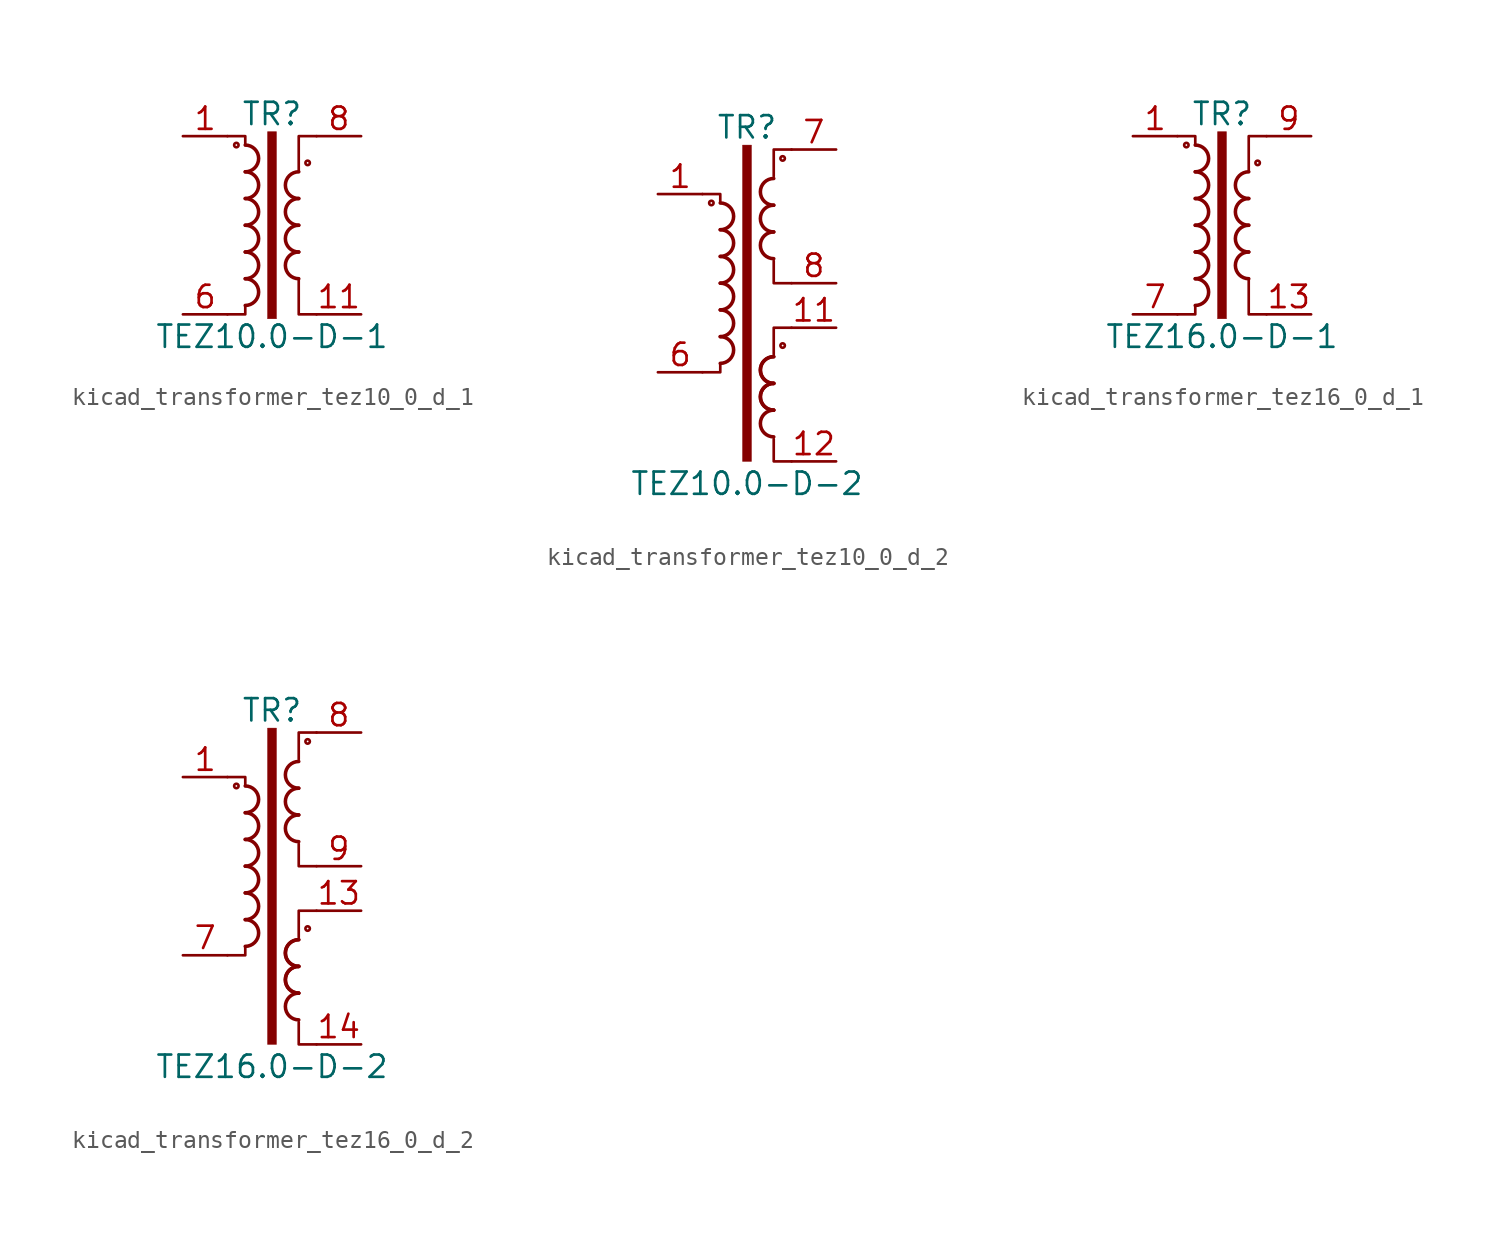
<source format=kicad_sym>
(kicad_symbol_lib
  (version 20220914)
  (generator kicad_symbol_editor)
  (symbol "kicad_transformer_tez10_0_d_1"
    (pin_names
      (offset 0.025))
    (property "Reference" "TR"
      (at 0 6.35 0)
      (effects (font (size 1.27 1.27))))
    (property "Value" "TEZ10.0-D-1"
      (at 0 -6.35 0)
      (effects (font (size 1.27 1.27))))
    (symbol "kicad_transformer_tez10_0_d_1_0_1"
      (circle (center -2.032 4.572) (radius 0.127) (stroke (width 0) (type default)) (fill (type none)))
      (arc (start -1.524 -4.572) (mid -0.7653 -3.81) (end -1.524 -3.048) (stroke (width 0.2032) (type default)) (fill (type none)))
      (arc (start -1.524 -3.048) (mid -0.7653 -2.286) (end -1.524 -1.524) (stroke (width 0.2032) (type default)) (fill (type none)))
      (arc (start -1.524 -1.524) (mid -0.7653 -0.762) (end -1.524 0) (stroke (width 0.2032) (type default)) (fill (type none)))
      (arc (start -1.524 0) (mid -0.7653 0.762) (end -1.524 1.524) (stroke (width 0.2032) (type default)) (fill (type none)))
      (arc (start -1.524 1.524) (mid -0.7653 2.286) (end -1.524 3.048) (stroke (width 0.2032) (type default)) (fill (type none)))
      (arc (start -1.524 3.048) (mid -0.7653 3.81) (end -1.524 4.572) (stroke (width 0.2032) (type default)) (fill (type none)))
      (rectangle (start -0.254 5.334) (end 0.254 -5.334) (stroke (width 0.025) (type default)) (fill (type outline)))
      (polyline (pts (xy -1.524 -4.572) (xy -1.524 -5.08) (xy -2.54 -5.08)) (stroke (width 0) (type default)) (fill (type none)))
      (polyline (pts (xy -1.524 4.572) (xy -1.524 5.08) (xy -2.54 5.08)) (stroke (width 0) (type default)) (fill (type none)))
      (polyline (pts (xy 1.524 3.048) (xy 1.524 5.08) (xy 2.54 5.08) (xy 2.54 5.08)) (stroke (width 0.152) (type default)) (fill (type none)))
      (polyline (pts (xy 2.54 -5.08) (xy 1.524 -5.08) (xy 1.524 -3.048) (xy 1.524 -3.048)) (stroke (width 0.152) (type default)) (fill (type none)))
      (arc (start 1.524 -1.524) (mid 0.7653 -2.286) (end 1.524 -3.048) (stroke (width 0.2032) (type default)) (fill (type none)))
      (arc (start 1.524 0) (mid 0.7653 -0.762) (end 1.524 -1.524) (stroke (width 0.2032) (type default)) (fill (type none)))
      (arc (start 1.524 1.524) (mid 0.7653 0.762) (end 1.524 0) (stroke (width 0.2032) (type default)) (fill (type none)))
      (arc (start 1.524 3.048) (mid 0.7653 2.286) (end 1.524 1.524) (stroke (width 0.2032) (type default)) (fill (type none)))
      (circle (center 2.032 3.556) (radius 0.127) (stroke (width 0) (type default)) (fill (type none))))
    (symbol "kicad_transformer_tez10_0_d_1_1_1"
      (pin passive line (at -5.08 5.08 0) (length 2.54) (name "~" (effects (font (size 1.27 1.27)))) (number "1" (effects (font (size 1.27 1.27)))))
      (pin passive line (at 5.08 -5.08 180) (length 2.54) (name "~" (effects (font (size 1.27 1.27)))) (number "11" (effects (font (size 1.27 1.27)))))
      (pin passive line (at -5.08 -5.08 0) (length 2.54) (name "~" (effects (font (size 1.27 1.27)))) (number "6" (effects (font (size 1.27 1.27)))))
      (pin passive line (at 5.08 5.08 180) (length 2.54) (name "~" (effects (font (size 1.27 1.27)))) (number "8" (effects (font (size 1.27 1.27)))))))
  (symbol "kicad_transformer_tez10_0_d_2"
    (pin_names
      (offset 0.025))
    (property "Reference" "TR"
      (at 0 8.89 0)
      (effects (font (size 1.27 1.27))))
    (property "Value" "TEZ10.0-D-2"
      (at 0 -11.43 0)
      (effects (font (size 1.27 1.27))))
    (symbol "kicad_transformer_tez10_0_d_2_0_1"
      (circle (center -2.032 4.572) (radius 0.127) (stroke (width 0) (type default)) (fill (type none)))
      (arc (start -1.524 -4.572) (mid -0.7653 -3.81) (end -1.524 -3.048) (stroke (width 0.2032) (type default)) (fill (type none)))
      (arc (start -1.524 -3.048) (mid -0.7653 -2.286) (end -1.524 -1.524) (stroke (width 0.2032) (type default)) (fill (type none)))
      (arc (start -1.524 -1.524) (mid -0.7653 -0.762) (end -1.524 0) (stroke (width 0.2032) (type default)) (fill (type none)))
      (arc (start -1.524 0) (mid -0.7653 0.762) (end -1.524 1.524) (stroke (width 0.2032) (type default)) (fill (type none)))
      (arc (start -1.524 1.524) (mid -0.7653 2.286) (end -1.524 3.048) (stroke (width 0.2032) (type default)) (fill (type none)))
      (arc (start -1.524 3.048) (mid -0.7653 3.81) (end -1.524 4.572) (stroke (width 0.2032) (type default)) (fill (type none)))
      (rectangle (start -0.254 7.874) (end 0.254 -10.16) (stroke (width 0.025) (type default)) (fill (type outline)))
      (polyline (pts (xy -1.524 -4.572) (xy -1.524 -5.08) (xy -2.54 -5.08)) (stroke (width 0) (type default)) (fill (type none)))
      (polyline (pts (xy -1.524 4.572) (xy -1.524 5.08) (xy -2.54 5.08)) (stroke (width 0) (type default)) (fill (type none)))
      (polyline (pts (xy 1.524 -8.89) (xy 1.524 -10.16) (xy 2.54 -10.16)) (stroke (width 0) (type default)) (fill (type none)))
      (polyline (pts (xy 2.54 -2.54) (xy 1.524 -2.54) (xy 1.524 -4.064)) (stroke (width 0) (type default)) (fill (type none)))
      (polyline (pts (xy 2.54 0) (xy 1.524 0) (xy 1.524 1.27)) (stroke (width 0) (type default)) (fill (type none)))
      (polyline (pts (xy 2.54 7.62) (xy 1.524 7.62) (xy 1.524 6.096)) (stroke (width 0) (type default)) (fill (type none)))
      (arc (start 1.524 -7.239) (mid 0.7653 -8.001) (end 1.524 -8.763) (stroke (width 0.2032) (type default)) (fill (type none)))
      (arc (start 1.524 -5.715) (mid 0.7653 -6.477) (end 1.524 -7.239) (stroke (width 0.2032) (type default)) (fill (type none)))
      (arc (start 1.524 -5.715) (mid 0.7653 -6.477) (end 1.524 -7.239) (stroke (width 0.2032) (type default)) (fill (type none)))
      (arc (start 1.524 -4.191) (mid 0.7653 -4.953) (end 1.524 -5.715) (stroke (width 0.2032) (type default)) (fill (type none)))
      (arc (start 1.524 -4.191) (mid 0.7653 -4.953) (end 1.524 -5.715) (stroke (width 0.2032) (type default)) (fill (type none)))
      (arc (start 1.524 2.921) (mid 0.7653 2.159) (end 1.524 1.397) (stroke (width 0.2032) (type default)) (fill (type none)))
      (arc (start 1.524 4.445) (mid 0.7653 3.683) (end 1.524 2.921) (stroke (width 0.2032) (type default)) (fill (type none)))
      (arc (start 1.524 5.969) (mid 0.7653 5.207) (end 1.524 4.445) (stroke (width 0.2032) (type default)) (fill (type none)))
      (circle (center 2.032 -3.556) (radius 0.127) (stroke (width 0) (type default)) (fill (type none)))
      (circle (center 2.032 7.112) (radius 0.127) (stroke (width 0) (type default)) (fill (type none))))
    (symbol "kicad_transformer_tez10_0_d_2_1_1"
      (pin passive line (at -5.08 5.08 0) (length 2.54) (name "~" (effects (font (size 1.27 1.27)))) (number "1" (effects (font (size 1.27 1.27)))))
      (pin passive line (at 5.08 -2.54 180) (length 2.54) (name "~" (effects (font (size 1.27 1.27)))) (number "11" (effects (font (size 1.27 1.27)))))
      (pin passive line (at 5.08 -10.16 180) (length 2.54) (name "~" (effects (font (size 1.27 1.27)))) (number "12" (effects (font (size 1.27 1.27)))))
      (pin passive line (at -5.08 -5.08 0) (length 2.54) (name "~" (effects (font (size 1.27 1.27)))) (number "6" (effects (font (size 1.27 1.27)))))
      (pin passive line (at 5.08 7.62 180) (length 2.54) (name "~" (effects (font (size 1.27 1.27)))) (number "7" (effects (font (size 1.27 1.27)))))
      (pin passive line (at 5.08 0 180) (length 2.54) (name "~" (effects (font (size 1.27 1.27)))) (number "8" (effects (font (size 1.27 1.27)))))))
  (symbol "kicad_transformer_tez16_0_d_1"
    (pin_names
      (offset 0.025))
    (property "Reference" "TR"
      (at 0 6.35 0)
      (effects (font (size 1.27 1.27))))
    (property "Value" "TEZ16.0-D-1"
      (at 0 -6.35 0)
      (effects (font (size 1.27 1.27))))
    (symbol "kicad_transformer_tez16_0_d_1_0_1"
      (circle (center -2.032 4.572) (radius 0.127) (stroke (width 0) (type default)) (fill (type none)))
      (arc (start -1.524 -4.572) (mid -0.7653 -3.81) (end -1.524 -3.048) (stroke (width 0.2032) (type default)) (fill (type none)))
      (arc (start -1.524 -3.048) (mid -0.7653 -2.286) (end -1.524 -1.524) (stroke (width 0.2032) (type default)) (fill (type none)))
      (arc (start -1.524 -1.524) (mid -0.7653 -0.762) (end -1.524 0) (stroke (width 0.2032) (type default)) (fill (type none)))
      (arc (start -1.524 0) (mid -0.7653 0.762) (end -1.524 1.524) (stroke (width 0.2032) (type default)) (fill (type none)))
      (arc (start -1.524 1.524) (mid -0.7653 2.286) (end -1.524 3.048) (stroke (width 0.2032) (type default)) (fill (type none)))
      (arc (start -1.524 3.048) (mid -0.7653 3.81) (end -1.524 4.572) (stroke (width 0.2032) (type default)) (fill (type none)))
      (rectangle (start -0.254 5.334) (end 0.254 -5.334) (stroke (width 0.025) (type default)) (fill (type outline)))
      (polyline (pts (xy -1.524 -4.572) (xy -1.524 -5.08) (xy -2.54 -5.08)) (stroke (width 0) (type default)) (fill (type none)))
      (polyline (pts (xy -1.524 4.572) (xy -1.524 5.08) (xy -2.54 5.08)) (stroke (width 0) (type default)) (fill (type none)))
      (polyline (pts (xy 1.524 3.048) (xy 1.524 5.08) (xy 2.54 5.08) (xy 2.54 5.08)) (stroke (width 0.152) (type default)) (fill (type none)))
      (polyline (pts (xy 2.54 -5.08) (xy 1.524 -5.08) (xy 1.524 -3.048) (xy 1.524 -3.048)) (stroke (width 0.152) (type default)) (fill (type none)))
      (arc (start 1.524 -1.524) (mid 0.7653 -2.286) (end 1.524 -3.048) (stroke (width 0.2032) (type default)) (fill (type none)))
      (arc (start 1.524 0) (mid 0.7653 -0.762) (end 1.524 -1.524) (stroke (width 0.2032) (type default)) (fill (type none)))
      (arc (start 1.524 1.524) (mid 0.7653 0.762) (end 1.524 0) (stroke (width 0.2032) (type default)) (fill (type none)))
      (arc (start 1.524 3.048) (mid 0.7653 2.286) (end 1.524 1.524) (stroke (width 0.2032) (type default)) (fill (type none)))
      (circle (center 2.032 3.556) (radius 0.127) (stroke (width 0) (type default)) (fill (type none))))
    (symbol "kicad_transformer_tez16_0_d_1_1_1"
      (pin passive line (at -5.08 5.08 0) (length 2.54) (name "~" (effects (font (size 1.27 1.27)))) (number "1" (effects (font (size 1.27 1.27)))))
      (pin passive line (at 5.08 -5.08 180) (length 2.54) (name "~" (effects (font (size 1.27 1.27)))) (number "13" (effects (font (size 1.27 1.27)))))
      (pin passive line (at -5.08 -5.08 0) (length 2.54) (name "~" (effects (font (size 1.27 1.27)))) (number "7" (effects (font (size 1.27 1.27)))))
      (pin passive line (at 5.08 5.08 180) (length 2.54) (name "~" (effects (font (size 1.27 1.27)))) (number "9" (effects (font (size 1.27 1.27)))))))
  (symbol "kicad_transformer_tez16_0_d_2"
    (pin_names
      (offset 0.025))
    (property "Reference" "TR"
      (at 0 8.89 0)
      (effects (font (size 1.27 1.27))))
    (property "Value" "TEZ16.0-D-2"
      (at 0 -11.43 0)
      (effects (font (size 1.27 1.27))))
    (symbol "kicad_transformer_tez16_0_d_2_0_1"
      (circle (center -2.032 4.572) (radius 0.127) (stroke (width 0) (type default)) (fill (type none)))
      (arc (start -1.524 -4.572) (mid -0.7653 -3.81) (end -1.524 -3.048) (stroke (width 0.2032) (type default)) (fill (type none)))
      (arc (start -1.524 -3.048) (mid -0.7653 -2.286) (end -1.524 -1.524) (stroke (width 0.2032) (type default)) (fill (type none)))
      (arc (start -1.524 -1.524) (mid -0.7653 -0.762) (end -1.524 0) (stroke (width 0.2032) (type default)) (fill (type none)))
      (arc (start -1.524 0) (mid -0.7653 0.762) (end -1.524 1.524) (stroke (width 0.2032) (type default)) (fill (type none)))
      (arc (start -1.524 1.524) (mid -0.7653 2.286) (end -1.524 3.048) (stroke (width 0.2032) (type default)) (fill (type none)))
      (arc (start -1.524 3.048) (mid -0.7653 3.81) (end -1.524 4.572) (stroke (width 0.2032) (type default)) (fill (type none)))
      (rectangle (start -0.254 7.874) (end 0.254 -10.16) (stroke (width 0.025) (type default)) (fill (type outline)))
      (polyline (pts (xy -1.524 -4.572) (xy -1.524 -5.08) (xy -2.54 -5.08)) (stroke (width 0) (type default)) (fill (type none)))
      (polyline (pts (xy -1.524 4.572) (xy -1.524 5.08) (xy -2.54 5.08)) (stroke (width 0) (type default)) (fill (type none)))
      (polyline (pts (xy 1.524 -8.89) (xy 1.524 -10.16) (xy 2.54 -10.16)) (stroke (width 0) (type default)) (fill (type none)))
      (polyline (pts (xy 2.54 -2.54) (xy 1.524 -2.54) (xy 1.524 -4.064)) (stroke (width 0) (type default)) (fill (type none)))
      (polyline (pts (xy 2.54 0) (xy 1.524 0) (xy 1.524 1.27)) (stroke (width 0) (type default)) (fill (type none)))
      (polyline (pts (xy 2.54 7.62) (xy 1.524 7.62) (xy 1.524 6.096)) (stroke (width 0) (type default)) (fill (type none)))
      (arc (start 1.524 -7.239) (mid 0.7653 -8.001) (end 1.524 -8.763) (stroke (width 0.2032) (type default)) (fill (type none)))
      (arc (start 1.524 -5.715) (mid 0.7653 -6.477) (end 1.524 -7.239) (stroke (width 0.2032) (type default)) (fill (type none)))
      (arc (start 1.524 -5.715) (mid 0.7653 -6.477) (end 1.524 -7.239) (stroke (width 0.2032) (type default)) (fill (type none)))
      (arc (start 1.524 -4.191) (mid 0.7653 -4.953) (end 1.524 -5.715) (stroke (width 0.2032) (type default)) (fill (type none)))
      (arc (start 1.524 -4.191) (mid 0.7653 -4.953) (end 1.524 -5.715) (stroke (width 0.2032) (type default)) (fill (type none)))
      (arc (start 1.524 2.921) (mid 0.7653 2.159) (end 1.524 1.397) (stroke (width 0.2032) (type default)) (fill (type none)))
      (arc (start 1.524 4.445) (mid 0.7653 3.683) (end 1.524 2.921) (stroke (width 0.2032) (type default)) (fill (type none)))
      (arc (start 1.524 5.969) (mid 0.7653 5.207) (end 1.524 4.445) (stroke (width 0.2032) (type default)) (fill (type none)))
      (circle (center 2.032 -3.556) (radius 0.127) (stroke (width 0) (type default)) (fill (type none)))
      (circle (center 2.032 7.112) (radius 0.127) (stroke (width 0) (type default)) (fill (type none))))
    (symbol "kicad_transformer_tez16_0_d_2_1_1"
      (pin passive line (at -5.08 5.08 0) (length 2.54) (name "~" (effects (font (size 1.27 1.27)))) (number "1" (effects (font (size 1.27 1.27)))))
      (pin passive line (at 5.08 -2.54 180) (length 2.54) (name "~" (effects (font (size 1.27 1.27)))) (number "13" (effects (font (size 1.27 1.27)))))
      (pin passive line (at 5.08 -10.16 180) (length 2.54) (name "~" (effects (font (size 1.27 1.27)))) (number "14" (effects (font (size 1.27 1.27)))))
      (pin passive line (at -5.08 -5.08 0) (length 2.54) (name "~" (effects (font (size 1.27 1.27)))) (number "7" (effects (font (size 1.27 1.27)))))
      (pin passive line (at 5.08 7.62 180) (length 2.54) (name "~" (effects (font (size 1.27 1.27)))) (number "8" (effects (font (size 1.27 1.27)))))
      (pin passive line (at 5.08 0 180) (length 2.54) (name "~" (effects (font (size 1.27 1.27)))) (number "9" (effects (font (size 1.27 1.27))))))))
</source>
